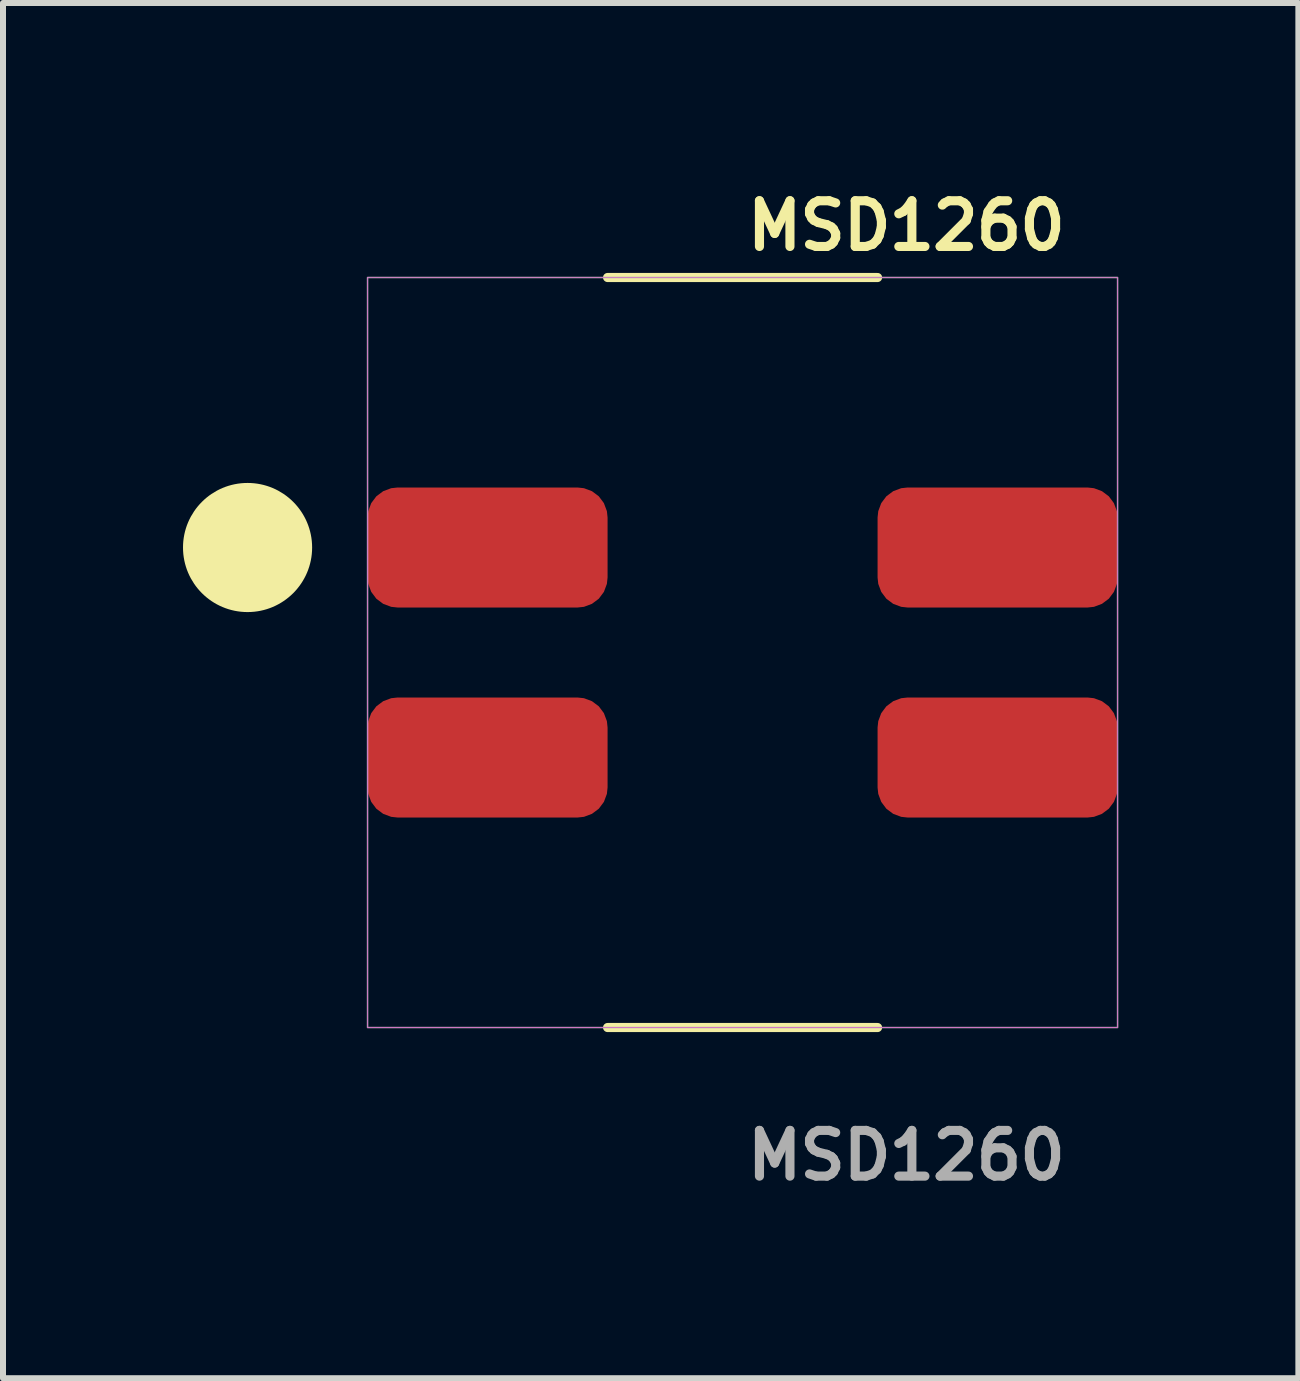
<source format=kicad_pcb>
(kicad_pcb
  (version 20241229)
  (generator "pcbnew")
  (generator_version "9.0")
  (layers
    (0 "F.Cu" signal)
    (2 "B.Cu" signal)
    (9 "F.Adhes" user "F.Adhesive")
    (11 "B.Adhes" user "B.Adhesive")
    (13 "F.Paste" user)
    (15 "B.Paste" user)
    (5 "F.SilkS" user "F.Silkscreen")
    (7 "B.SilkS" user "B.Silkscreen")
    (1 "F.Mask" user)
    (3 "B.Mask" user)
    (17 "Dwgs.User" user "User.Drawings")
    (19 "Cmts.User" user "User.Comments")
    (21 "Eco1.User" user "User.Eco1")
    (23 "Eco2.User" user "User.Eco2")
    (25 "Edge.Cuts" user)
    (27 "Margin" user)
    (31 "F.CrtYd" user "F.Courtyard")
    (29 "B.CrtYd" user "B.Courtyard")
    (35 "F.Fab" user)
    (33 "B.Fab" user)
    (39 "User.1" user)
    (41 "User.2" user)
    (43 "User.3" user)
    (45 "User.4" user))
  (footprint "MSD1260"
    (layer "F.Cu")
    (at 9.326 7.825)
    (property "Reference" "MSD1260" (at 0 -7.112 0) (unlocked yes) (layer "F.SilkS") (effects (font (size 0.762 0.762) (thickness 0.152)) (justify left)))
    (fp_line (start 2.25 -6.25) (end -2.25 -6.25) (stroke (width 0.152) (type solid)) (layer "F.SilkS"))
    (fp_line (start 2.25 6.25) (end -2.25 6.25) (stroke (width 0.152) (type solid)) (layer "F.SilkS"))
    (fp_circle (center -8.25 -1.75) (end -9.25 -1.75) (stroke (width 0.152) (type solid)) (fill yes) (layer "F.SilkS"))
    (fp_rect (start -6.25 -6.25) (end 6.25 6.25) (stroke (width 0.006) (type solid)) (fill no) (layer "F.CrtYd"))
    (fp_rect (start -6.25 -6.25) (end 6.25 6.25) (stroke (width 0.025) (type default)) (fill no) (layer "F.Fab"))
    (fp_text user "${REFERENCE}" (at 0 8.382 0) (unlocked yes) (layer "F.Fab") (effects (font (size 0.762 0.762) (thickness 0.152)) (justify left)))
    (pad "1" smd roundrect (at -4.25 -1.75) (size 4 2) (layers "F.Cu" "F.Mask" "F.Paste") (roundrect_rratio 0.25))
    (pad "2" smd roundrect (at -4.25 1.75) (size 4 2) (layers "F.Cu" "F.Mask" "F.Paste") (roundrect_rratio 0.25))
    (pad "3" smd roundrect (at 4.25 1.75) (size 4 2) (layers "F.Cu" "F.Mask" "F.Paste") (roundrect_rratio 0.25))
    (pad "4" smd roundrect (at 4.25 -1.75) (size 4 2) (layers "F.Cu" "F.Mask" "F.Paste") (roundrect_rratio 0.25)))
  (gr_rect
    (start -3 -3)
    (end 18.589 19.92)
    (stroke (width 0.1) (type default))
    (fill no)
    (layer "Edge.Cuts")))
</source>
